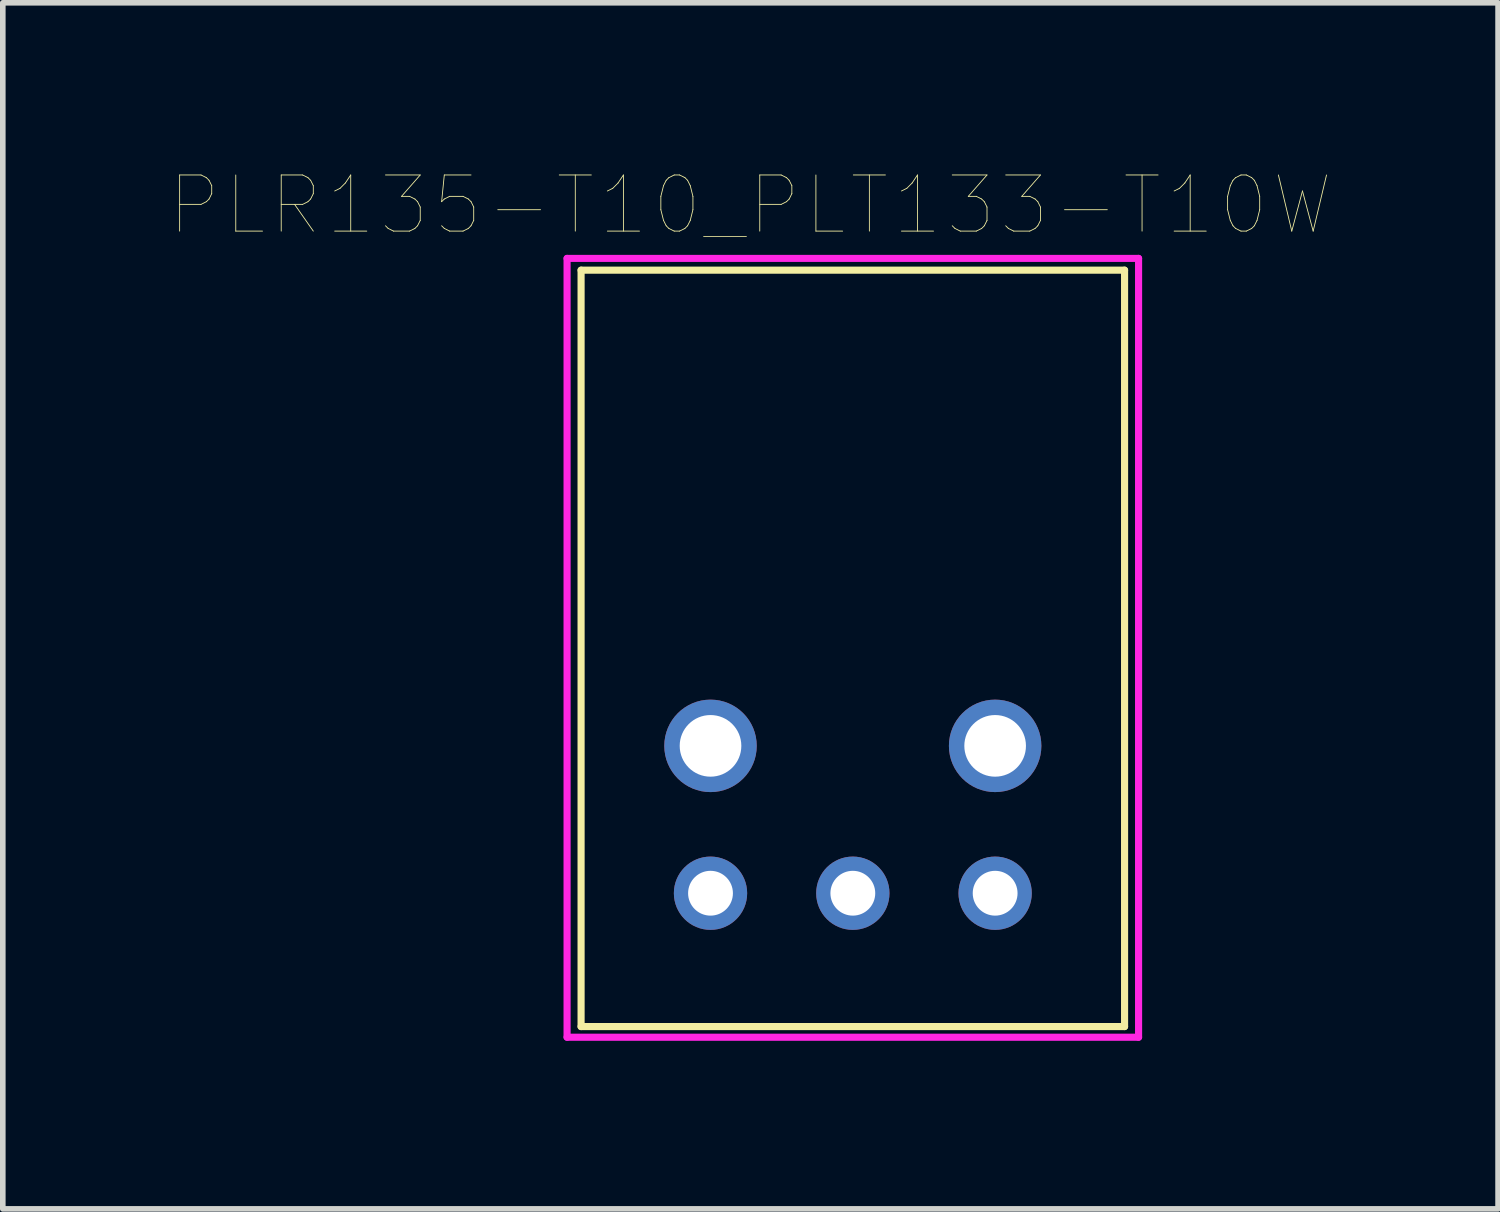
<source format=kicad_pcb>
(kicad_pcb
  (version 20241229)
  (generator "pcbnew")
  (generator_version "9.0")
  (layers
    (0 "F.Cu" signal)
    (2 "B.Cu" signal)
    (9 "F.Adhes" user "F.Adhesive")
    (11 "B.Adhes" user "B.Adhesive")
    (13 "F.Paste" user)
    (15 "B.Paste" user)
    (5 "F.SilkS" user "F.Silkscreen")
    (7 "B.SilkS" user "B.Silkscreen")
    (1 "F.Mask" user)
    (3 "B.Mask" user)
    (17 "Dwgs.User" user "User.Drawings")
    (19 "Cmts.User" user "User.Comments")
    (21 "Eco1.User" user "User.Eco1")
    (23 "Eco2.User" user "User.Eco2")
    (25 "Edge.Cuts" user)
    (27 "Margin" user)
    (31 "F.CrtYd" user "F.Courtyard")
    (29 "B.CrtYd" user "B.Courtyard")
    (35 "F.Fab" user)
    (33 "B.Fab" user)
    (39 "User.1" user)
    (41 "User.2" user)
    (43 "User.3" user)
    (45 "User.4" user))
  (footprint "PLR135-T10_PLT133-T10W"
    (layer "F.Cu")
    (at 12.171 10.262)
    (property "Reference" "PLR135-T10_PLT133-T10W" (at -1.828 -9.65 0) (layer "F.SilkS") (effects (font (size 1.002 1.002) (thickness 0.015))))
    (attr through_hole)
    (fp_line (start -4.85 -8.49) (end -4.85 5.01) (stroke (width 0.127) (type solid)) (layer "F.SilkS"))
    (fp_line (start 4.85 -8.49) (end -4.85 -8.49) (stroke (width 0.127) (type solid)) (layer "F.SilkS"))
    (fp_line (start 4.85 -8.49) (end 4.85 5.01) (stroke (width 0.127) (type solid)) (layer "F.SilkS"))
    (fp_line (start 4.85 5.01) (end -4.85 5.01) (stroke (width 0.127) (type solid)) (layer "F.SilkS"))
    (fp_line (start -5.1 -8.7) (end 5.1 -8.7) (stroke (width 0.127) (type solid)) (layer "F.CrtYd"))
    (fp_line (start -5.1 5.2) (end -5.1 -8.7) (stroke (width 0.127) (type solid)) (layer "F.CrtYd"))
    (fp_line (start 5.1 -8.7) (end 5.1 5.2) (stroke (width 0.127) (type solid)) (layer "F.CrtYd"))
    (fp_line (start 5.1 5.2) (end -5.1 5.2) (stroke (width 0.127) (type solid)) (layer "F.CrtYd"))
    (pad "1" thru_hole circle (at 2.54 2.63) (size 1.308 1.308) (drill 0.8) (layers "*.Cu" "*.Mask"))
    (pad "2" thru_hole circle (at 0 2.63) (size 1.308 1.308) (drill 0.8) (layers "*.Cu" "*.Mask"))
    (pad "3" thru_hole circle (at -2.54 2.63) (size 1.308 1.308) (drill 0.8) (layers "*.Cu" "*.Mask"))
    (pad "NC1" thru_hole circle (at 2.54 0) (size 1.65 1.65) (drill 1.1) (layers "*.Cu" "*.Mask"))
    (pad "NC2" thru_hole circle (at -2.54 0) (size 1.65 1.65) (drill 1.1) (layers "*.Cu" "*.Mask")))
  (gr_rect
    (start -3 -3)
    (end 23.687 18.526)
    (stroke (width 0.1) (type default))
    (fill no)
    (layer "Edge.Cuts")))
</source>
